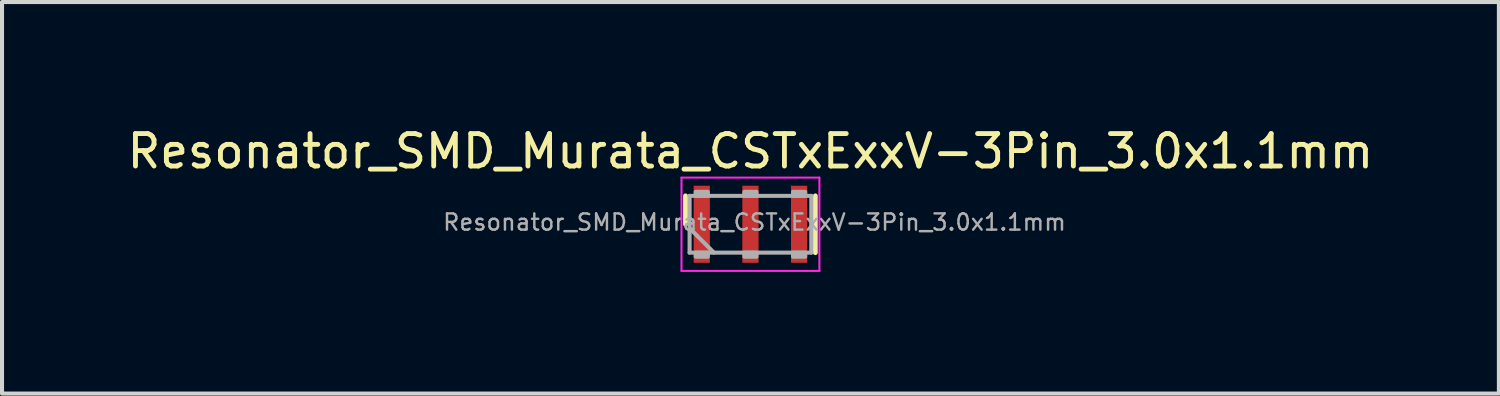
<source format=kicad_pcb>
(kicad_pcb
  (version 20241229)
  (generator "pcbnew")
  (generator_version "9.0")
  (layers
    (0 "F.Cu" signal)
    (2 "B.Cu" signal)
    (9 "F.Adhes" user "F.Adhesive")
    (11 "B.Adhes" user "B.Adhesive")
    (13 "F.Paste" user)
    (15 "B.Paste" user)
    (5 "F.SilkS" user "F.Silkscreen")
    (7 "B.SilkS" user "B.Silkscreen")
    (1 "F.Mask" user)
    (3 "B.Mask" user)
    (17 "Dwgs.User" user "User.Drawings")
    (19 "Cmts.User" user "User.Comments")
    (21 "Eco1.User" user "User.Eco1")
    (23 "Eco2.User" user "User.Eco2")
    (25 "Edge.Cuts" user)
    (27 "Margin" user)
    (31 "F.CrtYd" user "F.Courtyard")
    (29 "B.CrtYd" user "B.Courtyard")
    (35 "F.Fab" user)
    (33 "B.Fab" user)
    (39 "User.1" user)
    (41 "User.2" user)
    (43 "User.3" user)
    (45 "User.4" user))
  (footprint "Resonator_SMD_Murata_CSTxExxV-3Pin_3.0x1.1mm"
    (layer "F.Cu")
    (at 15.452 2.479)
    (property "Reference" "Resonator_SMD_Murata_CSTxExxV-3Pin_3.0x1.1mm" (at 0 -1.8 0) (layer "F.SilkS") (effects (font (size 0.8 0.8) (thickness 0.12))))
    (attr smd)
    (fp_line (start -1.6 0) (end -1.6 -0.7) (stroke (width 0.12) (type solid)) (layer "F.SilkS"))
    (fp_line (start 1.6 -0.7) (end 1.6 0.7) (stroke (width 0.12) (type solid)) (layer "F.SilkS"))
    (fp_line (start -1.7 -1.15) (end 1.7 -1.15) (stroke (width 0.05) (type solid)) (layer "F.CrtYd"))
    (fp_line (start -1.7 1.15) (end -1.7 -1.15) (stroke (width 0.05) (type solid)) (layer "F.CrtYd"))
    (fp_line (start 1.7 -1.15) (end 1.7 1.15) (stroke (width 0.05) (type solid)) (layer "F.CrtYd"))
    (fp_line (start 1.7 1.15) (end -1.7 1.15) (stroke (width 0.05) (type solid)) (layer "F.CrtYd"))
    (fp_line (start -1.5 0.7) (end -1.5 -0.7) (stroke (width 0.1) (type solid)) (layer "F.Fab"))
    (fp_line (start -1.5 0.7) (end 1.5 0.7) (stroke (width 0.1) (type solid)) (layer "F.Fab"))
    (fp_line (start -0.9 0.7) (end -1.5 0.1) (stroke (width 0.1) (type solid)) (layer "F.Fab"))
    (fp_line (start 1.5 -0.7) (end -1.5 -0.7) (stroke (width 0.1) (type solid)) (layer "F.Fab"))
    (fp_line (start 1.5 0.7) (end 1.5 -0.7) (stroke (width 0.1) (type solid)) (layer "F.Fab"))
    (fp_rect (start -1.35 -0.8) (end -1.05 -0.7) (stroke (width 0.1) (type solid)) (fill no) (layer "F.Fab"))
    (fp_rect (start -1.05 0.8) (end -1.35 0.7) (stroke (width 0.1) (type solid)) (fill no) (layer "F.Fab"))
    (fp_rect (start -0.15 -0.8) (end 0.15 -0.7) (stroke (width 0.1) (type solid)) (fill no) (layer "F.Fab"))
    (fp_rect (start 0.15 0.8) (end -0.15 0.7) (stroke (width 0.1) (type solid)) (fill no) (layer "F.Fab"))
    (fp_rect (start 1.05 -0.8) (end 1.35 -0.7) (stroke (width 0.1) (type solid)) (fill no) (layer "F.Fab"))
    (fp_rect (start 1.35 0.8) (end 1.05 0.7) (stroke (width 0.1) (type solid)) (fill no) (layer "F.Fab"))
    (fp_text user "${REFERENCE}" (at 0.1 -0.05 0) (layer "F.Fab") (effects (font (size 0.4 0.4) (thickness 0.06))))
    (pad "1" smd rect (at -1.2 0) (size 0.4 1.9) (layers "F.Cu" "F.Mask" "F.Paste"))
    (pad "2" smd rect (at 0 0) (size 0.4 1.9) (layers "F.Cu" "F.Mask" "F.Paste"))
    (pad "3" smd rect (at 1.2 0) (size 0.4 1.9) (layers "F.Cu" "F.Mask" "F.Paste")))
  (gr_rect
    (start -3 -3)
    (end 33.905 6.654)
    (stroke (width 0.1) (type default))
    (fill no)
    (layer "Edge.Cuts")))
</source>
